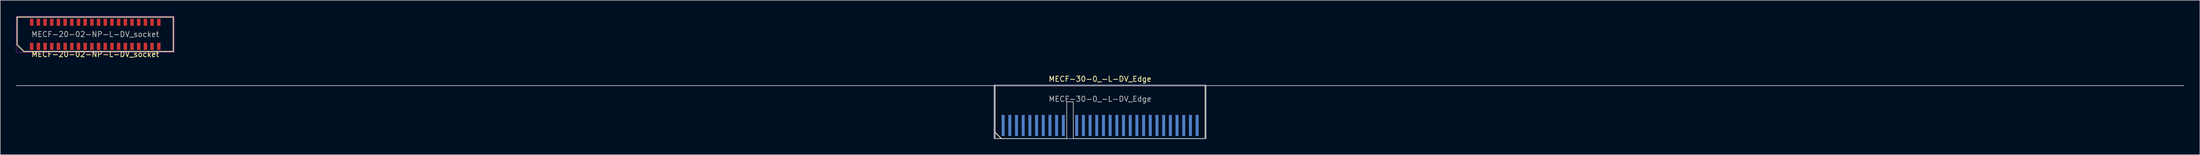
<source format=kicad_pcb>
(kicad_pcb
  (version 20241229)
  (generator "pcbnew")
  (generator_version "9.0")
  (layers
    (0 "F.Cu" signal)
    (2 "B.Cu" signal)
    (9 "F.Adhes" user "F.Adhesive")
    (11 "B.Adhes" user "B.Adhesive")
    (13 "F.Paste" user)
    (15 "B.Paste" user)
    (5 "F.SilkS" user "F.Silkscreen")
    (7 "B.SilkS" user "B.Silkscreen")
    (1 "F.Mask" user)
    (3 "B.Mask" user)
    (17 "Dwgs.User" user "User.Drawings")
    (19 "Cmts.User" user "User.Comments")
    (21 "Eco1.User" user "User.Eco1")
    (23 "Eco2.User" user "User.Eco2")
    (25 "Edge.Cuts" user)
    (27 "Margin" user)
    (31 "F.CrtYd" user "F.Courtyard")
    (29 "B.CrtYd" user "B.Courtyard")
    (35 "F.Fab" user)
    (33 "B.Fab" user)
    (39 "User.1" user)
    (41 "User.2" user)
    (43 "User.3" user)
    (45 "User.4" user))
  (footprint "MECF-20-02-NP-L-DV_socket"
    (layer "F.Cu")
    (at 15.03 3.475)
    (property "Reference" "MECF-20-02-NP-L-DV_socket" (at 0 3.81 0) (layer "F.SilkS") (effects (font (size 1 1) (thickness 0.15))))
    (attr smd)
    (fp_line (start -14.87 -3.31) (end 14.87 -3.31) (stroke (width 0.12) (type solid)) (layer "F.SilkS"))
    (fp_line (start -14.87 2.04) (end -14.87 -3.31) (stroke (width 0.12) (type solid)) (layer "F.SilkS"))
    (fp_line (start -13.6 3.31) (end -14.87 2.04) (stroke (width 0.12) (type solid)) (layer "F.SilkS"))
    (fp_line (start -13.6 3.31) (end 14.87 3.31) (stroke (width 0.12) (type solid)) (layer "F.SilkS"))
    (fp_line (start 14.87 3.31) (end 14.87 -3.31) (stroke (width 0.12) (type solid)) (layer "F.SilkS"))
    (fp_line (start -15.005 -3.45) (end -15.005 3.45) (stroke (width 0.05) (type solid)) (layer "F.CrtYd"))
    (fp_line (start -15.005 3.45) (end 15.005 3.45) (stroke (width 0.05) (type solid)) (layer "F.CrtYd"))
    (fp_line (start 15.005 -3.45) (end -15.005 -3.45) (stroke (width 0.05) (type solid)) (layer "F.CrtYd"))
    (fp_line (start 15.005 3.45) (end 15.005 -3.45) (stroke (width 0.05) (type solid)) (layer "F.CrtYd"))
    (fp_line (start -14.755 -3.2) (end 14.755 -3.2) (stroke (width 0.1) (type solid)) (layer "F.Fab"))
    (fp_line (start -14.755 1.93) (end -14.755 -3.2) (stroke (width 0.1) (type solid)) (layer "F.Fab"))
    (fp_line (start -14.755 1.93) (end -13.485 3.2) (stroke (width 0.1) (type solid)) (layer "F.Fab"))
    (fp_line (start -13.485 3.2) (end 14.755 3.2) (stroke (width 0.1) (type solid)) (layer "F.Fab"))
    (fp_line (start 14.755 3.2) (end 14.755 -3.2) (stroke (width 0.1) (type solid)) (layer "F.Fab"))
    (fp_text user "${REFERENCE}" (at 0 0 0) (layer "F.Fab") (effects (font (size 1 1) (thickness 0.15))))
    (pad "" np_thru_hole circle (at -13.845 0) (size 0.001 0.001) (drill 1.45) (layers "*.Cu" "*.Mask" "F.SilkS"))
    (pad "" np_thru_hole circle (at 13.845 1) (size 0.001 0.001) (drill 1.45) (layers "*.Cu" "*.Mask" "F.SilkS"))
    (pad "1" smd rect (at -12.065 2.3) (size 0.66 1.35) (layers "F.Cu" "F.Mask" "F.Paste"))
    (pad "2" smd rect (at -12.065 -2.3) (size 0.66 1.35) (layers "F.Cu" "F.Mask" "F.Paste"))
    (pad "3" smd rect (at -10.795 2.3) (size 0.66 1.35) (layers "F.Cu" "F.Mask" "F.Paste"))
    (pad "4" smd rect (at -10.795 -2.3) (size 0.66 1.35) (layers "F.Cu" "F.Mask" "F.Paste"))
    (pad "5" smd rect (at -9.525 2.3) (size 0.66 1.35) (layers "F.Cu" "F.Mask" "F.Paste"))
    (pad "6" smd rect (at -9.525 -2.3) (size 0.66 1.35) (layers "F.Cu" "F.Mask" "F.Paste"))
    (pad "7" smd rect (at -8.255 2.3) (size 0.66 1.35) (layers "F.Cu" "F.Mask" "F.Paste"))
    (pad "8" smd rect (at -8.255 -2.3) (size 0.66 1.35) (layers "F.Cu" "F.Mask" "F.Paste"))
    (pad "9" smd rect (at -6.985 2.3) (size 0.66 1.35) (layers "F.Cu" "F.Mask" "F.Paste"))
    (pad "10" smd rect (at -6.985 -2.3) (size 0.66 1.35) (layers "F.Cu" "F.Mask" "F.Paste"))
    (pad "11" smd rect (at -5.715 2.3) (size 0.66 1.35) (layers "F.Cu" "F.Mask" "F.Paste"))
    (pad "12" smd rect (at -5.715 -2.3) (size 0.66 1.35) (layers "F.Cu" "F.Mask" "F.Paste"))
    (pad "13" smd rect (at -4.445 2.3) (size 0.66 1.35) (layers "F.Cu" "F.Mask" "F.Paste"))
    (pad "14" smd rect (at -4.445 -2.3) (size 0.66 1.35) (layers "F.Cu" "F.Mask" "F.Paste"))
    (pad "15" smd rect (at -3.175 2.3) (size 0.66 1.35) (layers "F.Cu" "F.Mask" "F.Paste"))
    (pad "16" smd rect (at -3.175 -2.3) (size 0.66 1.35) (layers "F.Cu" "F.Mask" "F.Paste"))
    (pad "17" smd rect (at -1.905 2.3) (size 0.66 1.35) (layers "F.Cu" "F.Mask" "F.Paste"))
    (pad "18" smd rect (at -1.905 -2.3) (size 0.66 1.35) (layers "F.Cu" "F.Mask" "F.Paste"))
    (pad "19" smd rect (at -0.635 2.3) (size 0.66 1.35) (layers "F.Cu" "F.Mask" "F.Paste"))
    (pad "20" smd rect (at -0.635 -2.3) (size 0.66 1.35) (layers "F.Cu" "F.Mask" "F.Paste"))
    (pad "21" smd rect (at 0.635 2.3) (size 0.66 1.35) (layers "F.Cu" "F.Mask" "F.Paste"))
    (pad "22" smd rect (at 0.635 -2.3) (size 0.66 1.35) (layers "F.Cu" "F.Mask" "F.Paste"))
    (pad "23" smd rect (at 1.905 2.3) (size 0.66 1.35) (layers "F.Cu" "F.Mask" "F.Paste"))
    (pad "24" smd rect (at 1.905 -2.3) (size 0.66 1.35) (layers "F.Cu" "F.Mask" "F.Paste"))
    (pad "25" smd rect (at 3.175 2.3) (size 0.66 1.35) (layers "F.Cu" "F.Mask" "F.Paste"))
    (pad "26" smd rect (at 3.175 -2.3) (size 0.66 1.35) (layers "F.Cu" "F.Mask" "F.Paste"))
    (pad "27" smd rect (at 4.445 2.3) (size 0.66 1.35) (layers "F.Cu" "F.Mask" "F.Paste"))
    (pad "28" smd rect (at 4.445 -2.3) (size 0.66 1.35) (layers "F.Cu" "F.Mask" "F.Paste"))
    (pad "29" smd rect (at 5.715 2.3) (size 0.66 1.35) (layers "F.Cu" "F.Mask" "F.Paste"))
    (pad "30" smd rect (at 5.715 -2.3) (size 0.66 1.35) (layers "F.Cu" "F.Mask" "F.Paste"))
    (pad "31" smd rect (at 6.985 2.3) (size 0.66 1.35) (layers "F.Cu" "F.Mask" "F.Paste"))
    (pad "32" smd rect (at 6.985 -2.3) (size 0.66 1.35) (layers "F.Cu" "F.Mask" "F.Paste"))
    (pad "33" smd rect (at 8.255 2.3) (size 0.66 1.35) (layers "F.Cu" "F.Mask" "F.Paste"))
    (pad "34" smd rect (at 8.255 -2.3) (size 0.66 1.35) (layers "F.Cu" "F.Mask" "F.Paste"))
    (pad "35" smd rect (at 9.525 2.3) (size 0.66 1.35) (layers "F.Cu" "F.Mask" "F.Paste"))
    (pad "36" smd rect (at 9.525 -2.3) (size 0.66 1.35) (layers "F.Cu" "F.Mask" "F.Paste"))
    (pad "37" smd rect (at 10.795 2.3) (size 0.66 1.35) (layers "F.Cu" "F.Mask" "F.Paste"))
    (pad "38" smd rect (at 10.795 -2.3) (size 0.66 1.35) (layers "F.Cu" "F.Mask" "F.Paste"))
    (pad "39" smd rect (at 12.065 2.3) (size 0.66 1.35) (layers "F.Cu" "F.Mask" "F.Paste"))
    (pad "40" smd rect (at 12.065 -2.3) (size 0.66 1.35) (layers "F.Cu" "F.Mask" "F.Paste")))
  (footprint "MECF-30-0_-L-DV_Edge"
    (layer "F.Cu")
    (at 205.8 18.331)
    (property "Reference" "MECF-30-0_-L-DV_Edge" (at 0 -6.35 0) (layer "F.SilkS") (effects (font (size 1 1) (thickness 0.15))))
    (attr exclude_from_pos_files exclude_from_bom)
    (fp_line (start -20.04 -5.11) (end 20.04 -5.11) (stroke (width 0.12) (type solid)) (layer "F.SilkS"))
    (fp_line (start -20.04 3.73) (end -20.04 -5.11) (stroke (width 0.12) (type solid)) (layer "F.SilkS"))
    (fp_line (start -18.77 5) (end -20.04 3.73) (stroke (width 0.12) (type solid)) (layer "F.SilkS"))
    (fp_line (start -18.77 5) (end 20.04 5) (stroke (width 0.12) (type solid)) (layer "F.SilkS"))
    (fp_line (start 20.04 5) (end 20.04 -5.11) (stroke (width 0.12) (type solid)) (layer "F.SilkS"))
    (fp_line (start -20.04 -5.11) (end 20.04 -5.11) (stroke (width 0.12) (type solid)) (layer "B.SilkS"))
    (fp_line (start -20.04 5) (end -20.04 -5.11) (stroke (width 0.12) (type solid)) (layer "B.SilkS"))
    (fp_line (start -20.04 5) (end 20.04 5) (stroke (width 0.12) (type solid)) (layer "B.SilkS"))
    (fp_line (start 20.04 5) (end 20.04 -5.11) (stroke (width 0.12) (type solid)) (layer "B.SilkS"))
    (fp_line (start -205.74 -5.08) (end -19.925 -5.08) (stroke (width 0.12) (type solid)) (layer "Edge.Cuts"))
    (fp_line (start -19.925 5) (end -19.925 -5.08) (stroke (width 0.12) (type solid)) (layer "Edge.Cuts"))
    (fp_line (start -19.925 5) (end -6.325 5) (stroke (width 0.12) (type solid)) (layer "Edge.Cuts"))
    (fp_line (start -6.325 -2) (end -5.085 -2) (stroke (width 0.12) (type solid)) (layer "Edge.Cuts"))
    (fp_line (start -6.325 5) (end -6.325 -2) (stroke (width 0.12) (type solid)) (layer "Edge.Cuts"))
    (fp_line (start -5.085 5) (end -5.085 -2) (stroke (width 0.12) (type solid)) (layer "Edge.Cuts"))
    (fp_line (start -5.085 5) (end 19.925 5) (stroke (width 0.12) (type solid)) (layer "Edge.Cuts"))
    (fp_line (start 19.925 5) (end 19.925 -5.08) (stroke (width 0.12) (type solid)) (layer "Edge.Cuts"))
    (fp_line (start 205.74 -5.08) (end 19.925 -5.08) (stroke (width 0.12) (type solid)) (layer "Edge.Cuts"))
    (fp_line (start -20.18 -5.25) (end -20.18 5) (stroke (width 0.05) (type solid)) (layer "B.CrtYd"))
    (fp_line (start -20.18 5) (end 20.18 5) (stroke (width 0.05) (type solid)) (layer "B.CrtYd"))
    (fp_line (start 20.18 -5.25) (end -20.18 -5.25) (stroke (width 0.05) (type solid)) (layer "B.CrtYd"))
    (fp_line (start 20.18 5) (end 20.18 -5.25) (stroke (width 0.05) (type solid)) (layer "B.CrtYd"))
    (fp_line (start -20.18 -5.25) (end -20.18 5) (stroke (width 0.05) (type solid)) (layer "F.CrtYd"))
    (fp_line (start -20.18 5) (end 20.18 5) (stroke (width 0.05) (type solid)) (layer "F.CrtYd"))
    (fp_line (start 20.18 -5.25) (end -20.18 -5.25) (stroke (width 0.05) (type solid)) (layer "F.CrtYd"))
    (fp_line (start 20.18 5) (end 20.18 -5.25) (stroke (width 0.05) (type solid)) (layer "F.CrtYd"))
    (fp_line (start -19.925 -5) (end 19.925 -5) (stroke (width 0.1) (type solid)) (layer "B.Fab"))
    (fp_line (start -19.925 5) (end -19.925 -5) (stroke (width 0.1) (type solid)) (layer "B.Fab"))
    (fp_line (start -19.925 5) (end 19.925 5) (stroke (width 0.1) (type solid)) (layer "B.Fab"))
    (fp_line (start 19.925 5) (end 19.925 -5) (stroke (width 0.1) (type solid)) (layer "B.Fab"))
    (fp_line (start -19.925 -5) (end 19.925 -5) (stroke (width 0.1) (type solid)) (layer "F.Fab"))
    (fp_line (start -19.925 3.73) (end -19.925 -5) (stroke (width 0.1) (type solid)) (layer "F.Fab"))
    (fp_line (start -19.925 3.73) (end -18.655 5) (stroke (width 0.1) (type solid)) (layer "F.Fab"))
    (fp_line (start -18.655 5) (end 19.925 5) (stroke (width 0.1) (type solid)) (layer "F.Fab"))
    (fp_line (start 19.925 5) (end 19.925 -5) (stroke (width 0.1) (type solid)) (layer "F.Fab"))
    (fp_text user "${REFERENCE}" (at 0 -2.54 0) (layer "F.Fab") (effects (font (size 1 1) (thickness 0.15))))
    (pad "1" smd rect (at -18.405 2.5) (size 0.56 4) (layers "F.Cu" "F.Mask" "F.Paste"))
    (pad "2" smd rect (at -18.405 2.5) (size 0.56 4) (layers "B.Cu" "B.Mask" "B.Paste"))
    (pad "3" smd rect (at -17.135 2.5) (size 0.56 4) (layers "F.Cu" "F.Mask" "F.Paste"))
    (pad "4" smd rect (at -17.135 2.5) (size 0.56 4) (layers "B.Cu" "B.Mask" "B.Paste"))
    (pad "5" smd rect (at -15.865 2.5) (size 0.56 4) (layers "F.Cu" "F.Mask" "F.Paste"))
    (pad "6" smd rect (at -15.865 2.5) (size 0.56 4) (layers "B.Cu" "B.Mask" "B.Paste"))
    (pad "7" smd rect (at -14.595 2.5) (size 0.56 4) (layers "F.Cu" "F.Mask" "F.Paste"))
    (pad "8" smd rect (at -14.595 2.5) (size 0.56 4) (layers "B.Cu" "B.Mask" "B.Paste"))
    (pad "9" smd rect (at -13.325 2.5) (size 0.56 4) (layers "F.Cu" "F.Mask" "F.Paste"))
    (pad "10" smd rect (at -13.325 2.5) (size 0.56 4) (layers "B.Cu" "B.Mask" "B.Paste"))
    (pad "11" smd rect (at -12.055 2.5) (size 0.56 4) (layers "F.Cu" "F.Mask" "F.Paste"))
    (pad "12" smd rect (at -12.055 2.5) (size 0.56 4) (layers "B.Cu" "B.Mask" "B.Paste"))
    (pad "13" smd rect (at -10.785 2.5) (size 0.56 4) (layers "F.Cu" "F.Mask" "F.Paste"))
    (pad "14" smd rect (at -10.785 2.5) (size 0.56 4) (layers "B.Cu" "B.Mask" "B.Paste"))
    (pad "15" smd rect (at -9.515 2.5) (size 0.56 4) (layers "F.Cu" "F.Mask" "F.Paste"))
    (pad "16" smd rect (at -9.515 2.5) (size 0.56 4) (layers "B.Cu" "B.Mask" "B.Paste"))
    (pad "17" smd rect (at -8.245 2.5) (size 0.56 4) (layers "F.Cu" "F.Mask" "F.Paste"))
    (pad "18" smd rect (at -8.245 2.5) (size 0.56 4) (layers "B.Cu" "B.Mask" "B.Paste"))
    (pad "19" smd rect (at -6.975 2.5) (size 0.56 4) (layers "F.Cu" "F.Mask" "F.Paste"))
    (pad "20" smd rect (at -6.975 2.5) (size 0.56 4) (layers "B.Cu" "B.Mask" "B.Paste"))
    (pad "23" smd rect (at -4.435 2.5) (size 0.56 4) (layers "F.Cu" "F.Mask" "F.Paste"))
    (pad "24" smd rect (at -4.435 2.5) (size 0.56 4) (layers "B.Cu" "B.Mask" "B.Paste"))
    (pad "25" smd rect (at -3.165 2.5) (size 0.56 4) (layers "F.Cu" "F.Mask" "F.Paste"))
    (pad "26" smd rect (at -3.165 2.5) (size 0.56 4) (layers "B.Cu" "B.Mask" "B.Paste"))
    (pad "27" smd rect (at -1.895 2.5) (size 0.56 4) (layers "F.Cu" "F.Mask" "F.Paste"))
    (pad "28" smd rect (at -1.895 2.5) (size 0.56 4) (layers "B.Cu" "B.Mask" "B.Paste"))
    (pad "29" smd rect (at -0.625 2.5) (size 0.56 4) (layers "F.Cu" "F.Mask" "F.Paste"))
    (pad "30" smd rect (at -0.625 2.5) (size 0.56 4) (layers "B.Cu" "B.Mask" "B.Paste"))
    (pad "31" smd rect (at 0.645 2.5) (size 0.56 4) (layers "F.Cu" "F.Mask" "F.Paste"))
    (pad "32" smd rect (at 0.645 2.5) (size 0.56 4) (layers "B.Cu" "B.Mask" "B.Paste"))
    (pad "33" smd rect (at 1.915 2.5) (size 0.56 4) (layers "F.Cu" "F.Mask" "F.Paste"))
    (pad "34" smd rect (at 1.915 2.5) (size 0.56 4) (layers "B.Cu" "B.Mask" "B.Paste"))
    (pad "35" smd rect (at 3.185 2.5) (size 0.56 4) (layers "F.Cu" "F.Mask" "F.Paste"))
    (pad "36" smd rect (at 3.185 2.5) (size 0.56 4) (layers "B.Cu" "B.Mask" "B.Paste"))
    (pad "37" smd rect (at 4.455 2.5) (size 0.56 4) (layers "F.Cu" "F.Mask" "F.Paste"))
    (pad "38" smd rect (at 4.455 2.5) (size 0.56 4) (layers "B.Cu" "B.Mask" "B.Paste"))
    (pad "39" smd rect (at 5.725 2.5) (size 0.56 4) (layers "F.Cu" "F.Mask" "F.Paste"))
    (pad "40" smd rect (at 5.725 2.5) (size 0.56 4) (layers "B.Cu" "B.Mask" "B.Paste"))
    (pad "41" smd rect (at 6.995 2.5) (size 0.56 4) (layers "F.Cu" "F.Mask" "F.Paste"))
    (pad "42" smd rect (at 6.995 2.5) (size 0.56 4) (layers "B.Cu" "B.Mask" "B.Paste"))
    (pad "43" smd rect (at 8.265 2.5) (size 0.56 4) (layers "F.Cu" "F.Mask" "F.Paste"))
    (pad "44" smd rect (at 8.265 2.5) (size 0.56 4) (layers "B.Cu" "B.Mask" "B.Paste"))
    (pad "45" smd rect (at 9.535 2.5) (size 0.56 4) (layers "F.Cu" "F.Mask" "F.Paste"))
    (pad "46" smd rect (at 9.535 2.5) (size 0.56 4) (layers "B.Cu" "B.Mask" "B.Paste"))
    (pad "47" smd rect (at 10.805 2.5) (size 0.56 4) (layers "F.Cu" "F.Mask" "F.Paste"))
    (pad "48" smd rect (at 10.805 2.5) (size 0.56 4) (layers "B.Cu" "B.Mask" "B.Paste"))
    (pad "49" smd rect (at 12.075 2.5) (size 0.56 4) (layers "F.Cu" "F.Mask" "F.Paste"))
    (pad "50" smd rect (at 12.075 2.5) (size 0.56 4) (layers "B.Cu" "B.Mask" "B.Paste"))
    (pad "51" smd rect (at 13.345 2.5) (size 0.56 4) (layers "F.Cu" "F.Mask" "F.Paste"))
    (pad "52" smd rect (at 13.345 2.5) (size 0.56 4) (layers "B.Cu" "B.Mask" "B.Paste"))
    (pad "53" smd rect (at 14.615 2.5) (size 0.56 4) (layers "F.Cu" "F.Mask" "F.Paste"))
    (pad "54" smd rect (at 14.615 2.5) (size 0.56 4) (layers "B.Cu" "B.Mask" "B.Paste"))
    (pad "55" smd rect (at 15.885 2.5) (size 0.56 4) (layers "F.Cu" "F.Mask" "F.Paste"))
    (pad "56" smd rect (at 15.885 2.5) (size 0.56 4) (layers "B.Cu" "B.Mask" "B.Paste"))
    (pad "57" smd rect (at 17.155 2.5) (size 0.56 4) (layers "F.Cu" "F.Mask" "F.Paste"))
    (pad "58" smd rect (at 17.155 2.5) (size 0.56 4) (layers "B.Cu" "B.Mask" "B.Paste"))
    (pad "59" smd rect (at 18.425 2.5) (size 0.56 4) (layers "F.Cu" "F.Mask" "F.Paste"))
    (pad "60" smd rect (at 18.425 2.5) (size 0.56 4) (layers "B.Cu" "B.Mask" "B.Paste")))
  (gr_rect
    (start -3 -3)
    (end 414.6 26.392)
    (stroke (width 0.1) (type default))
    (fill no)
    (layer "Edge.Cuts")))
</source>
